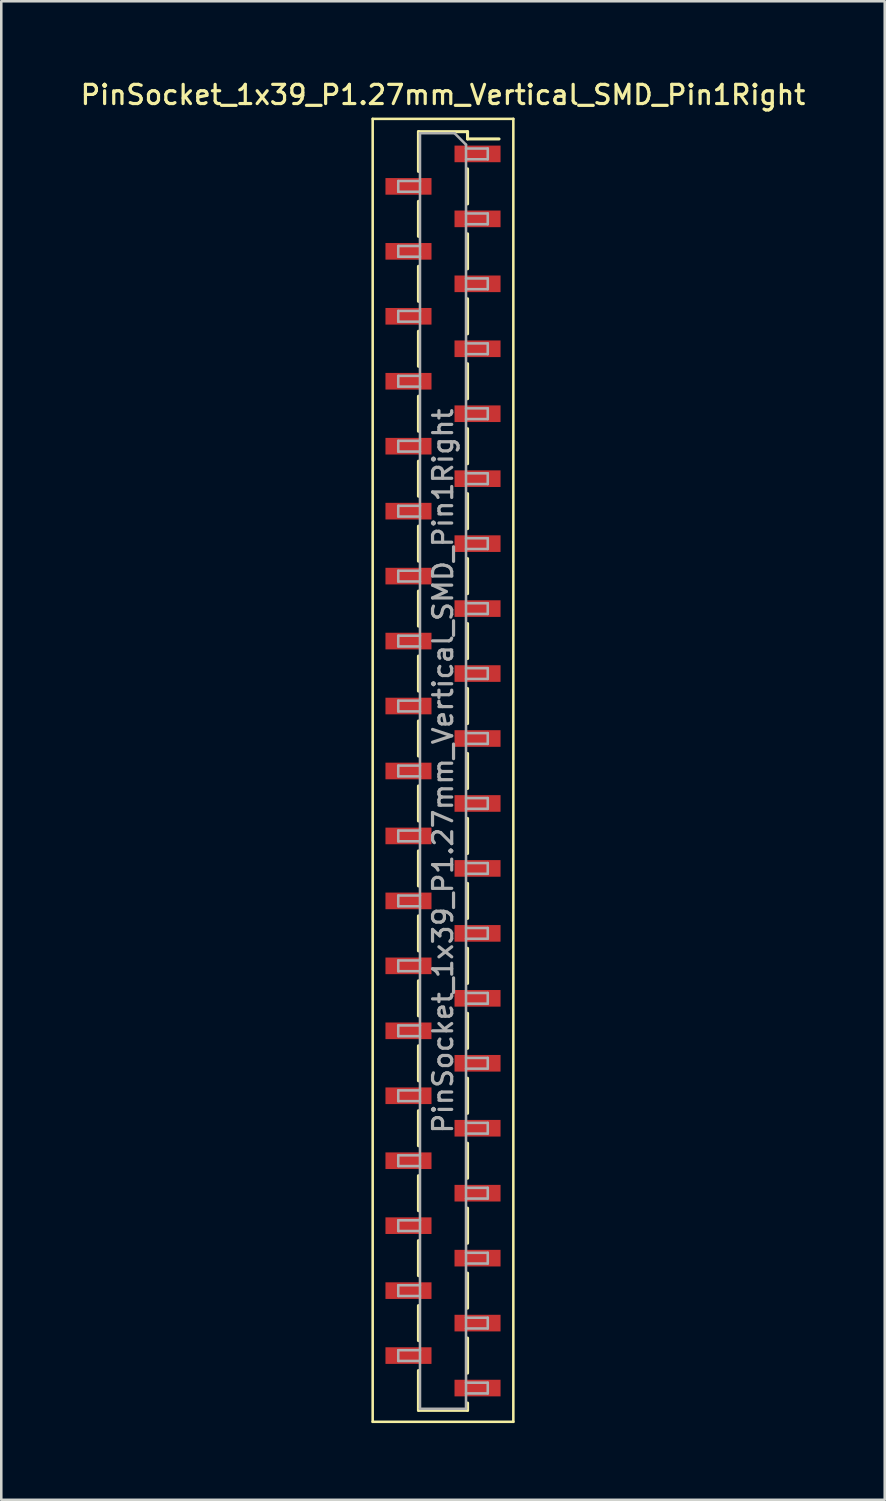
<source format=kicad_pcb>
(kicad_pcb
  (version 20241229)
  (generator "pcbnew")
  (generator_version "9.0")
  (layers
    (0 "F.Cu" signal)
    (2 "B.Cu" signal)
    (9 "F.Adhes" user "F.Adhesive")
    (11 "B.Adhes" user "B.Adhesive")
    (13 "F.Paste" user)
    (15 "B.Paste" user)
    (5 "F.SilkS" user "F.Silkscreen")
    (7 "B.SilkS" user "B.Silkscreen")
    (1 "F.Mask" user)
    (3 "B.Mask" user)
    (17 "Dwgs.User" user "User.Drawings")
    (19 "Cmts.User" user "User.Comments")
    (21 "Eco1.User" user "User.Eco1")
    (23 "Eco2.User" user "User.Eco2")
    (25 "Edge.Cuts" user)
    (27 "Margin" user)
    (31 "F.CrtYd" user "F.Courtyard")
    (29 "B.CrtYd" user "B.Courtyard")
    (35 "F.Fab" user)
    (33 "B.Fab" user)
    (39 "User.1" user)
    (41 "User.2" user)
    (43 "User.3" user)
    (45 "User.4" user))
  (footprint "PinSocket_1x39_P1.27mm_Vertical_SMD_Pin1Right"
    (layer "F.Cu")
    (at 14.273 27.098)
    (property "Reference" "PinSocket_1x39_P1.27mm_Vertical_SMD_Pin1Right" (at 0 -26.44 0) (layer "F.SilkS") (effects (font (size 0.75 0.75) (thickness 0.125))))
    (attr smd)
    (fp_line (start -2.75 -25.5) (end 2.75 -25.5) (stroke (width 0.1) (type solid)) (layer "F.SilkS"))
    (fp_line (start -2.75 25.45) (end -2.75 -25.5) (stroke (width 0.1) (type solid)) (layer "F.SilkS"))
    (fp_line (start -0.96 -25) (end -0.96 -23.445) (stroke (width 0.12) (type solid)) (layer "F.SilkS"))
    (fp_line (start -0.96 -25) (end 0.96 -25) (stroke (width 0.12) (type solid)) (layer "F.SilkS"))
    (fp_line (start -0.96 -22.275) (end -0.96 -20.905) (stroke (width 0.12) (type solid)) (layer "F.SilkS"))
    (fp_line (start -0.96 -19.735) (end -0.96 -18.365) (stroke (width 0.12) (type solid)) (layer "F.SilkS"))
    (fp_line (start -0.96 -17.195) (end -0.96 -15.825) (stroke (width 0.12) (type solid)) (layer "F.SilkS"))
    (fp_line (start -0.96 -14.655) (end -0.96 -13.285) (stroke (width 0.12) (type solid)) (layer "F.SilkS"))
    (fp_line (start -0.96 -12.115) (end -0.96 -10.745) (stroke (width 0.12) (type solid)) (layer "F.SilkS"))
    (fp_line (start -0.96 -9.575) (end -0.96 -8.205) (stroke (width 0.12) (type solid)) (layer "F.SilkS"))
    (fp_line (start -0.96 -7.035) (end -0.96 -5.665) (stroke (width 0.12) (type solid)) (layer "F.SilkS"))
    (fp_line (start -0.96 -4.495) (end -0.96 -3.125) (stroke (width 0.12) (type solid)) (layer "F.SilkS"))
    (fp_line (start -0.96 -1.955) (end -0.96 -0.585) (stroke (width 0.12) (type solid)) (layer "F.SilkS"))
    (fp_line (start -0.96 0.585) (end -0.96 1.955) (stroke (width 0.12) (type solid)) (layer "F.SilkS"))
    (fp_line (start -0.96 3.125) (end -0.96 4.495) (stroke (width 0.12) (type solid)) (layer "F.SilkS"))
    (fp_line (start -0.96 5.665) (end -0.96 7.035) (stroke (width 0.12) (type solid)) (layer "F.SilkS"))
    (fp_line (start -0.96 8.205) (end -0.96 9.575) (stroke (width 0.12) (type solid)) (layer "F.SilkS"))
    (fp_line (start -0.96 10.745) (end -0.96 12.115) (stroke (width 0.12) (type solid)) (layer "F.SilkS"))
    (fp_line (start -0.96 13.285) (end -0.96 14.655) (stroke (width 0.12) (type solid)) (layer "F.SilkS"))
    (fp_line (start -0.96 15.825) (end -0.96 17.195) (stroke (width 0.12) (type solid)) (layer "F.SilkS"))
    (fp_line (start -0.96 18.365) (end -0.96 19.735) (stroke (width 0.12) (type solid)) (layer "F.SilkS"))
    (fp_line (start -0.96 20.905) (end -0.96 22.275) (stroke (width 0.12) (type solid)) (layer "F.SilkS"))
    (fp_line (start -0.96 23.445) (end -0.96 25) (stroke (width 0.12) (type solid)) (layer "F.SilkS"))
    (fp_line (start -0.96 25) (end 0.96 25) (stroke (width 0.12) (type solid)) (layer "F.SilkS"))
    (fp_line (start 0.96 -25) (end 0.96 -24.715) (stroke (width 0.12) (type solid)) (layer "F.SilkS"))
    (fp_line (start 0.96 -24.715) (end 2.19 -24.715) (stroke (width 0.12) (type solid)) (layer "F.SilkS"))
    (fp_line (start 0.96 -23.545) (end 0.96 -22.175) (stroke (width 0.12) (type solid)) (layer "F.SilkS"))
    (fp_line (start 0.96 -21.005) (end 0.96 -19.635) (stroke (width 0.12) (type solid)) (layer "F.SilkS"))
    (fp_line (start 0.96 -18.465) (end 0.96 -17.095) (stroke (width 0.12) (type solid)) (layer "F.SilkS"))
    (fp_line (start 0.96 -15.925) (end 0.96 -14.555) (stroke (width 0.12) (type solid)) (layer "F.SilkS"))
    (fp_line (start 0.96 -13.385) (end 0.96 -12.015) (stroke (width 0.12) (type solid)) (layer "F.SilkS"))
    (fp_line (start 0.96 -10.845) (end 0.96 -9.475) (stroke (width 0.12) (type solid)) (layer "F.SilkS"))
    (fp_line (start 0.96 -8.305) (end 0.96 -6.935) (stroke (width 0.12) (type solid)) (layer "F.SilkS"))
    (fp_line (start 0.96 -5.765) (end 0.96 -4.395) (stroke (width 0.12) (type solid)) (layer "F.SilkS"))
    (fp_line (start 0.96 -3.225) (end 0.96 -1.855) (stroke (width 0.12) (type solid)) (layer "F.SilkS"))
    (fp_line (start 0.96 -0.685) (end 0.96 0.685) (stroke (width 0.12) (type solid)) (layer "F.SilkS"))
    (fp_line (start 0.96 1.855) (end 0.96 3.225) (stroke (width 0.12) (type solid)) (layer "F.SilkS"))
    (fp_line (start 0.96 4.395) (end 0.96 5.765) (stroke (width 0.12) (type solid)) (layer "F.SilkS"))
    (fp_line (start 0.96 6.935) (end 0.96 8.305) (stroke (width 0.12) (type solid)) (layer "F.SilkS"))
    (fp_line (start 0.96 9.475) (end 0.96 10.845) (stroke (width 0.12) (type solid)) (layer "F.SilkS"))
    (fp_line (start 0.96 12.015) (end 0.96 13.385) (stroke (width 0.12) (type solid)) (layer "F.SilkS"))
    (fp_line (start 0.96 14.555) (end 0.96 15.925) (stroke (width 0.12) (type solid)) (layer "F.SilkS"))
    (fp_line (start 0.96 17.095) (end 0.96 18.465) (stroke (width 0.12) (type solid)) (layer "F.SilkS"))
    (fp_line (start 0.96 19.635) (end 0.96 21.005) (stroke (width 0.12) (type solid)) (layer "F.SilkS"))
    (fp_line (start 0.96 22.175) (end 0.96 23.545) (stroke (width 0.12) (type solid)) (layer "F.SilkS"))
    (fp_line (start 0.96 24.715) (end 0.96 25) (stroke (width 0.12) (type solid)) (layer "F.SilkS"))
    (fp_line (start 2.75 -25.5) (end 2.75 25.45) (stroke (width 0.1) (type solid)) (layer "F.SilkS"))
    (fp_line (start 2.75 25.45) (end -2.75 25.45) (stroke (width 0.1) (type solid)) (layer "F.SilkS"))
    (fp_line (start -1.75 -23.07) (end -0.9 -23.07) (stroke (width 0.1) (type solid)) (layer "F.Fab"))
    (fp_line (start -1.75 -22.65) (end -1.75 -23.07) (stroke (width 0.1) (type solid)) (layer "F.Fab"))
    (fp_line (start -1.75 -20.53) (end -0.9 -20.53) (stroke (width 0.1) (type solid)) (layer "F.Fab"))
    (fp_line (start -1.75 -20.11) (end -1.75 -20.53) (stroke (width 0.1) (type solid)) (layer "F.Fab"))
    (fp_line (start -1.75 -17.99) (end -0.9 -17.99) (stroke (width 0.1) (type solid)) (layer "F.Fab"))
    (fp_line (start -1.75 -17.57) (end -1.75 -17.99) (stroke (width 0.1) (type solid)) (layer "F.Fab"))
    (fp_line (start -1.75 -15.45) (end -0.9 -15.45) (stroke (width 0.1) (type solid)) (layer "F.Fab"))
    (fp_line (start -1.75 -15.03) (end -1.75 -15.45) (stroke (width 0.1) (type solid)) (layer "F.Fab"))
    (fp_line (start -1.75 -12.91) (end -0.9 -12.91) (stroke (width 0.1) (type solid)) (layer "F.Fab"))
    (fp_line (start -1.75 -12.49) (end -1.75 -12.91) (stroke (width 0.1) (type solid)) (layer "F.Fab"))
    (fp_line (start -1.75 -10.37) (end -0.9 -10.37) (stroke (width 0.1) (type solid)) (layer "F.Fab"))
    (fp_line (start -1.75 -9.95) (end -1.75 -10.37) (stroke (width 0.1) (type solid)) (layer "F.Fab"))
    (fp_line (start -1.75 -7.83) (end -0.9 -7.83) (stroke (width 0.1) (type solid)) (layer "F.Fab"))
    (fp_line (start -1.75 -7.41) (end -1.75 -7.83) (stroke (width 0.1) (type solid)) (layer "F.Fab"))
    (fp_line (start -1.75 -5.29) (end -0.9 -5.29) (stroke (width 0.1) (type solid)) (layer "F.Fab"))
    (fp_line (start -1.75 -4.87) (end -1.75 -5.29) (stroke (width 0.1) (type solid)) (layer "F.Fab"))
    (fp_line (start -1.75 -2.75) (end -0.9 -2.75) (stroke (width 0.1) (type solid)) (layer "F.Fab"))
    (fp_line (start -1.75 -2.33) (end -1.75 -2.75) (stroke (width 0.1) (type solid)) (layer "F.Fab"))
    (fp_line (start -1.75 -0.21) (end -0.9 -0.21) (stroke (width 0.1) (type solid)) (layer "F.Fab"))
    (fp_line (start -1.75 0.21) (end -1.75 -0.21) (stroke (width 0.1) (type solid)) (layer "F.Fab"))
    (fp_line (start -1.75 2.33) (end -0.9 2.33) (stroke (width 0.1) (type solid)) (layer "F.Fab"))
    (fp_line (start -1.75 2.75) (end -1.75 2.33) (stroke (width 0.1) (type solid)) (layer "F.Fab"))
    (fp_line (start -1.75 4.87) (end -0.9 4.87) (stroke (width 0.1) (type solid)) (layer "F.Fab"))
    (fp_line (start -1.75 5.29) (end -1.75 4.87) (stroke (width 0.1) (type solid)) (layer "F.Fab"))
    (fp_line (start -1.75 7.41) (end -0.9 7.41) (stroke (width 0.1) (type solid)) (layer "F.Fab"))
    (fp_line (start -1.75 7.83) (end -1.75 7.41) (stroke (width 0.1) (type solid)) (layer "F.Fab"))
    (fp_line (start -1.75 9.95) (end -0.9 9.95) (stroke (width 0.1) (type solid)) (layer "F.Fab"))
    (fp_line (start -1.75 10.37) (end -1.75 9.95) (stroke (width 0.1) (type solid)) (layer "F.Fab"))
    (fp_line (start -1.75 12.49) (end -0.9 12.49) (stroke (width 0.1) (type solid)) (layer "F.Fab"))
    (fp_line (start -1.75 12.91) (end -1.75 12.49) (stroke (width 0.1) (type solid)) (layer "F.Fab"))
    (fp_line (start -1.75 15.03) (end -0.9 15.03) (stroke (width 0.1) (type solid)) (layer "F.Fab"))
    (fp_line (start -1.75 15.45) (end -1.75 15.03) (stroke (width 0.1) (type solid)) (layer "F.Fab"))
    (fp_line (start -1.75 17.57) (end -0.9 17.57) (stroke (width 0.1) (type solid)) (layer "F.Fab"))
    (fp_line (start -1.75 17.99) (end -1.75 17.57) (stroke (width 0.1) (type solid)) (layer "F.Fab"))
    (fp_line (start -1.75 20.11) (end -0.9 20.11) (stroke (width 0.1) (type solid)) (layer "F.Fab"))
    (fp_line (start -1.75 20.53) (end -1.75 20.11) (stroke (width 0.1) (type solid)) (layer "F.Fab"))
    (fp_line (start -1.75 22.65) (end -0.9 22.65) (stroke (width 0.1) (type solid)) (layer "F.Fab"))
    (fp_line (start -1.75 23.07) (end -1.75 22.65) (stroke (width 0.1) (type solid)) (layer "F.Fab"))
    (fp_line (start -0.9 -24.94) (end 0.45 -24.94) (stroke (width 0.1) (type solid)) (layer "F.Fab"))
    (fp_line (start -0.9 -22.65) (end -1.75 -22.65) (stroke (width 0.1) (type solid)) (layer "F.Fab"))
    (fp_line (start -0.9 -20.11) (end -1.75 -20.11) (stroke (width 0.1) (type solid)) (layer "F.Fab"))
    (fp_line (start -0.9 -17.57) (end -1.75 -17.57) (stroke (width 0.1) (type solid)) (layer "F.Fab"))
    (fp_line (start -0.9 -15.03) (end -1.75 -15.03) (stroke (width 0.1) (type solid)) (layer "F.Fab"))
    (fp_line (start -0.9 -12.49) (end -1.75 -12.49) (stroke (width 0.1) (type solid)) (layer "F.Fab"))
    (fp_line (start -0.9 -9.95) (end -1.75 -9.95) (stroke (width 0.1) (type solid)) (layer "F.Fab"))
    (fp_line (start -0.9 -7.41) (end -1.75 -7.41) (stroke (width 0.1) (type solid)) (layer "F.Fab"))
    (fp_line (start -0.9 -4.87) (end -1.75 -4.87) (stroke (width 0.1) (type solid)) (layer "F.Fab"))
    (fp_line (start -0.9 -2.33) (end -1.75 -2.33) (stroke (width 0.1) (type solid)) (layer "F.Fab"))
    (fp_line (start -0.9 0.21) (end -1.75 0.21) (stroke (width 0.1) (type solid)) (layer "F.Fab"))
    (fp_line (start -0.9 2.75) (end -1.75 2.75) (stroke (width 0.1) (type solid)) (layer "F.Fab"))
    (fp_line (start -0.9 5.29) (end -1.75 5.29) (stroke (width 0.1) (type solid)) (layer "F.Fab"))
    (fp_line (start -0.9 7.83) (end -1.75 7.83) (stroke (width 0.1) (type solid)) (layer "F.Fab"))
    (fp_line (start -0.9 10.37) (end -1.75 10.37) (stroke (width 0.1) (type solid)) (layer "F.Fab"))
    (fp_line (start -0.9 12.91) (end -1.75 12.91) (stroke (width 0.1) (type solid)) (layer "F.Fab"))
    (fp_line (start -0.9 15.45) (end -1.75 15.45) (stroke (width 0.1) (type solid)) (layer "F.Fab"))
    (fp_line (start -0.9 17.99) (end -1.75 17.99) (stroke (width 0.1) (type solid)) (layer "F.Fab"))
    (fp_line (start -0.9 20.53) (end -1.75 20.53) (stroke (width 0.1) (type solid)) (layer "F.Fab"))
    (fp_line (start -0.9 23.07) (end -1.75 23.07) (stroke (width 0.1) (type solid)) (layer "F.Fab"))
    (fp_line (start -0.9 24.94) (end -0.9 -24.94) (stroke (width 0.1) (type solid)) (layer "F.Fab"))
    (fp_line (start 0.45 -24.94) (end 0.9 -24.49) (stroke (width 0.1) (type solid)) (layer "F.Fab"))
    (fp_line (start 0.9 -24.49) (end 0.9 24.94) (stroke (width 0.1) (type solid)) (layer "F.Fab"))
    (fp_line (start 0.9 -24.34) (end 1.75 -24.34) (stroke (width 0.1) (type solid)) (layer "F.Fab"))
    (fp_line (start 0.9 -21.8) (end 1.75 -21.8) (stroke (width 0.1) (type solid)) (layer "F.Fab"))
    (fp_line (start 0.9 -19.26) (end 1.75 -19.26) (stroke (width 0.1) (type solid)) (layer "F.Fab"))
    (fp_line (start 0.9 -16.72) (end 1.75 -16.72) (stroke (width 0.1) (type solid)) (layer "F.Fab"))
    (fp_line (start 0.9 -14.18) (end 1.75 -14.18) (stroke (width 0.1) (type solid)) (layer "F.Fab"))
    (fp_line (start 0.9 -11.64) (end 1.75 -11.64) (stroke (width 0.1) (type solid)) (layer "F.Fab"))
    (fp_line (start 0.9 -9.1) (end 1.75 -9.1) (stroke (width 0.1) (type solid)) (layer "F.Fab"))
    (fp_line (start 0.9 -6.56) (end 1.75 -6.56) (stroke (width 0.1) (type solid)) (layer "F.Fab"))
    (fp_line (start 0.9 -4.02) (end 1.75 -4.02) (stroke (width 0.1) (type solid)) (layer "F.Fab"))
    (fp_line (start 0.9 -1.48) (end 1.75 -1.48) (stroke (width 0.1) (type solid)) (layer "F.Fab"))
    (fp_line (start 0.9 1.06) (end 1.75 1.06) (stroke (width 0.1) (type solid)) (layer "F.Fab"))
    (fp_line (start 0.9 3.6) (end 1.75 3.6) (stroke (width 0.1) (type solid)) (layer "F.Fab"))
    (fp_line (start 0.9 6.14) (end 1.75 6.14) (stroke (width 0.1) (type solid)) (layer "F.Fab"))
    (fp_line (start 0.9 8.68) (end 1.75 8.68) (stroke (width 0.1) (type solid)) (layer "F.Fab"))
    (fp_line (start 0.9 11.22) (end 1.75 11.22) (stroke (width 0.1) (type solid)) (layer "F.Fab"))
    (fp_line (start 0.9 13.76) (end 1.75 13.76) (stroke (width 0.1) (type solid)) (layer "F.Fab"))
    (fp_line (start 0.9 16.3) (end 1.75 16.3) (stroke (width 0.1) (type solid)) (layer "F.Fab"))
    (fp_line (start 0.9 18.84) (end 1.75 18.84) (stroke (width 0.1) (type solid)) (layer "F.Fab"))
    (fp_line (start 0.9 21.38) (end 1.75 21.38) (stroke (width 0.1) (type solid)) (layer "F.Fab"))
    (fp_line (start 0.9 23.92) (end 1.75 23.92) (stroke (width 0.1) (type solid)) (layer "F.Fab"))
    (fp_line (start 0.9 24.94) (end -0.9 24.94) (stroke (width 0.1) (type solid)) (layer "F.Fab"))
    (fp_line (start 1.75 -24.34) (end 1.75 -23.92) (stroke (width 0.1) (type solid)) (layer "F.Fab"))
    (fp_line (start 1.75 -23.92) (end 0.9 -23.92) (stroke (width 0.1) (type solid)) (layer "F.Fab"))
    (fp_line (start 1.75 -21.8) (end 1.75 -21.38) (stroke (width 0.1) (type solid)) (layer "F.Fab"))
    (fp_line (start 1.75 -21.38) (end 0.9 -21.38) (stroke (width 0.1) (type solid)) (layer "F.Fab"))
    (fp_line (start 1.75 -19.26) (end 1.75 -18.84) (stroke (width 0.1) (type solid)) (layer "F.Fab"))
    (fp_line (start 1.75 -18.84) (end 0.9 -18.84) (stroke (width 0.1) (type solid)) (layer "F.Fab"))
    (fp_line (start 1.75 -16.72) (end 1.75 -16.3) (stroke (width 0.1) (type solid)) (layer "F.Fab"))
    (fp_line (start 1.75 -16.3) (end 0.9 -16.3) (stroke (width 0.1) (type solid)) (layer "F.Fab"))
    (fp_line (start 1.75 -14.18) (end 1.75 -13.76) (stroke (width 0.1) (type solid)) (layer "F.Fab"))
    (fp_line (start 1.75 -13.76) (end 0.9 -13.76) (stroke (width 0.1) (type solid)) (layer "F.Fab"))
    (fp_line (start 1.75 -11.64) (end 1.75 -11.22) (stroke (width 0.1) (type solid)) (layer "F.Fab"))
    (fp_line (start 1.75 -11.22) (end 0.9 -11.22) (stroke (width 0.1) (type solid)) (layer "F.Fab"))
    (fp_line (start 1.75 -9.1) (end 1.75 -8.68) (stroke (width 0.1) (type solid)) (layer "F.Fab"))
    (fp_line (start 1.75 -8.68) (end 0.9 -8.68) (stroke (width 0.1) (type solid)) (layer "F.Fab"))
    (fp_line (start 1.75 -6.56) (end 1.75 -6.14) (stroke (width 0.1) (type solid)) (layer "F.Fab"))
    (fp_line (start 1.75 -6.14) (end 0.9 -6.14) (stroke (width 0.1) (type solid)) (layer "F.Fab"))
    (fp_line (start 1.75 -4.02) (end 1.75 -3.6) (stroke (width 0.1) (type solid)) (layer "F.Fab"))
    (fp_line (start 1.75 -3.6) (end 0.9 -3.6) (stroke (width 0.1) (type solid)) (layer "F.Fab"))
    (fp_line (start 1.75 -1.48) (end 1.75 -1.06) (stroke (width 0.1) (type solid)) (layer "F.Fab"))
    (fp_line (start 1.75 -1.06) (end 0.9 -1.06) (stroke (width 0.1) (type solid)) (layer "F.Fab"))
    (fp_line (start 1.75 1.06) (end 1.75 1.48) (stroke (width 0.1) (type solid)) (layer "F.Fab"))
    (fp_line (start 1.75 1.48) (end 0.9 1.48) (stroke (width 0.1) (type solid)) (layer "F.Fab"))
    (fp_line (start 1.75 3.6) (end 1.75 4.02) (stroke (width 0.1) (type solid)) (layer "F.Fab"))
    (fp_line (start 1.75 4.02) (end 0.9 4.02) (stroke (width 0.1) (type solid)) (layer "F.Fab"))
    (fp_line (start 1.75 6.14) (end 1.75 6.56) (stroke (width 0.1) (type solid)) (layer "F.Fab"))
    (fp_line (start 1.75 6.56) (end 0.9 6.56) (stroke (width 0.1) (type solid)) (layer "F.Fab"))
    (fp_line (start 1.75 8.68) (end 1.75 9.1) (stroke (width 0.1) (type solid)) (layer "F.Fab"))
    (fp_line (start 1.75 9.1) (end 0.9 9.1) (stroke (width 0.1) (type solid)) (layer "F.Fab"))
    (fp_line (start 1.75 11.22) (end 1.75 11.64) (stroke (width 0.1) (type solid)) (layer "F.Fab"))
    (fp_line (start 1.75 11.64) (end 0.9 11.64) (stroke (width 0.1) (type solid)) (layer "F.Fab"))
    (fp_line (start 1.75 13.76) (end 1.75 14.18) (stroke (width 0.1) (type solid)) (layer "F.Fab"))
    (fp_line (start 1.75 14.18) (end 0.9 14.18) (stroke (width 0.1) (type solid)) (layer "F.Fab"))
    (fp_line (start 1.75 16.3) (end 1.75 16.72) (stroke (width 0.1) (type solid)) (layer "F.Fab"))
    (fp_line (start 1.75 16.72) (end 0.9 16.72) (stroke (width 0.1) (type solid)) (layer "F.Fab"))
    (fp_line (start 1.75 18.84) (end 1.75 19.26) (stroke (width 0.1) (type solid)) (layer "F.Fab"))
    (fp_line (start 1.75 19.26) (end 0.9 19.26) (stroke (width 0.1) (type solid)) (layer "F.Fab"))
    (fp_line (start 1.75 21.38) (end 1.75 21.8) (stroke (width 0.1) (type solid)) (layer "F.Fab"))
    (fp_line (start 1.75 21.8) (end 0.9 21.8) (stroke (width 0.1) (type solid)) (layer "F.Fab"))
    (fp_line (start 1.75 23.92) (end 1.75 24.34) (stroke (width 0.1) (type solid)) (layer "F.Fab"))
    (fp_line (start 1.75 24.34) (end 0.9 24.34) (stroke (width 0.1) (type solid)) (layer "F.Fab"))
    (fp_text user "${REFERENCE}" (at 0 0 90) (layer "F.Fab") (effects (font (size 0.75 0.75) (thickness 0.125))))
    (pad "1" smd rect (at 1.35 -24.13) (size 1.8 0.65) (layers "F.Cu" "F.Mask" "F.Paste"))
    (pad "2" smd rect (at -1.35 -22.86) (size 1.8 0.65) (layers "F.Cu" "F.Mask" "F.Paste"))
    (pad "3" smd rect (at 1.35 -21.59) (size 1.8 0.65) (layers "F.Cu" "F.Mask" "F.Paste"))
    (pad "4" smd rect (at -1.35 -20.32) (size 1.8 0.65) (layers "F.Cu" "F.Mask" "F.Paste"))
    (pad "5" smd rect (at 1.35 -19.05) (size 1.8 0.65) (layers "F.Cu" "F.Mask" "F.Paste"))
    (pad "6" smd rect (at -1.35 -17.78) (size 1.8 0.65) (layers "F.Cu" "F.Mask" "F.Paste"))
    (pad "7" smd rect (at 1.35 -16.51) (size 1.8 0.65) (layers "F.Cu" "F.Mask" "F.Paste"))
    (pad "8" smd rect (at -1.35 -15.24) (size 1.8 0.65) (layers "F.Cu" "F.Mask" "F.Paste"))
    (pad "9" smd rect (at 1.35 -13.97) (size 1.8 0.65) (layers "F.Cu" "F.Mask" "F.Paste"))
    (pad "10" smd rect (at -1.35 -12.7) (size 1.8 0.65) (layers "F.Cu" "F.Mask" "F.Paste"))
    (pad "11" smd rect (at 1.35 -11.43) (size 1.8 0.65) (layers "F.Cu" "F.Mask" "F.Paste"))
    (pad "12" smd rect (at -1.35 -10.16) (size 1.8 0.65) (layers "F.Cu" "F.Mask" "F.Paste"))
    (pad "13" smd rect (at 1.35 -8.89) (size 1.8 0.65) (layers "F.Cu" "F.Mask" "F.Paste"))
    (pad "14" smd rect (at -1.35 -7.62) (size 1.8 0.65) (layers "F.Cu" "F.Mask" "F.Paste"))
    (pad "15" smd rect (at 1.35 -6.35) (size 1.8 0.65) (layers "F.Cu" "F.Mask" "F.Paste"))
    (pad "16" smd rect (at -1.35 -5.08) (size 1.8 0.65) (layers "F.Cu" "F.Mask" "F.Paste"))
    (pad "17" smd rect (at 1.35 -3.81) (size 1.8 0.65) (layers "F.Cu" "F.Mask" "F.Paste"))
    (pad "18" smd rect (at -1.35 -2.54) (size 1.8 0.65) (layers "F.Cu" "F.Mask" "F.Paste"))
    (pad "19" smd rect (at 1.35 -1.27) (size 1.8 0.65) (layers "F.Cu" "F.Mask" "F.Paste"))
    (pad "20" smd rect (at -1.35 0) (size 1.8 0.65) (layers "F.Cu" "F.Mask" "F.Paste"))
    (pad "21" smd rect (at 1.35 1.27) (size 1.8 0.65) (layers "F.Cu" "F.Mask" "F.Paste"))
    (pad "22" smd rect (at -1.35 2.54) (size 1.8 0.65) (layers "F.Cu" "F.Mask" "F.Paste"))
    (pad "23" smd rect (at 1.35 3.81) (size 1.8 0.65) (layers "F.Cu" "F.Mask" "F.Paste"))
    (pad "24" smd rect (at -1.35 5.08) (size 1.8 0.65) (layers "F.Cu" "F.Mask" "F.Paste"))
    (pad "25" smd rect (at 1.35 6.35) (size 1.8 0.65) (layers "F.Cu" "F.Mask" "F.Paste"))
    (pad "26" smd rect (at -1.35 7.62) (size 1.8 0.65) (layers "F.Cu" "F.Mask" "F.Paste"))
    (pad "27" smd rect (at 1.35 8.89) (size 1.8 0.65) (layers "F.Cu" "F.Mask" "F.Paste"))
    (pad "28" smd rect (at -1.35 10.16) (size 1.8 0.65) (layers "F.Cu" "F.Mask" "F.Paste"))
    (pad "29" smd rect (at 1.35 11.43) (size 1.8 0.65) (layers "F.Cu" "F.Mask" "F.Paste"))
    (pad "30" smd rect (at -1.35 12.7) (size 1.8 0.65) (layers "F.Cu" "F.Mask" "F.Paste"))
    (pad "31" smd rect (at 1.35 13.97) (size 1.8 0.65) (layers "F.Cu" "F.Mask" "F.Paste"))
    (pad "32" smd rect (at -1.35 15.24) (size 1.8 0.65) (layers "F.Cu" "F.Mask" "F.Paste"))
    (pad "33" smd rect (at 1.35 16.51) (size 1.8 0.65) (layers "F.Cu" "F.Mask" "F.Paste"))
    (pad "34" smd rect (at -1.35 17.78) (size 1.8 0.65) (layers "F.Cu" "F.Mask" "F.Paste"))
    (pad "35" smd rect (at 1.35 19.05) (size 1.8 0.65) (layers "F.Cu" "F.Mask" "F.Paste"))
    (pad "36" smd rect (at -1.35 20.32) (size 1.8 0.65) (layers "F.Cu" "F.Mask" "F.Paste"))
    (pad "37" smd rect (at 1.35 21.59) (size 1.8 0.65) (layers "F.Cu" "F.Mask" "F.Paste"))
    (pad "38" smd rect (at -1.35 22.86) (size 1.8 0.65) (layers "F.Cu" "F.Mask" "F.Paste"))
    (pad "39" smd rect (at 1.35 24.13) (size 1.8 0.65) (layers "F.Cu" "F.Mask" "F.Paste")))
  (gr_rect
    (start -3 -3)
    (end 31.546 55.598)
    (stroke (width 0.1) (type default))
    (fill no)
    (layer "Edge.Cuts")))
</source>
